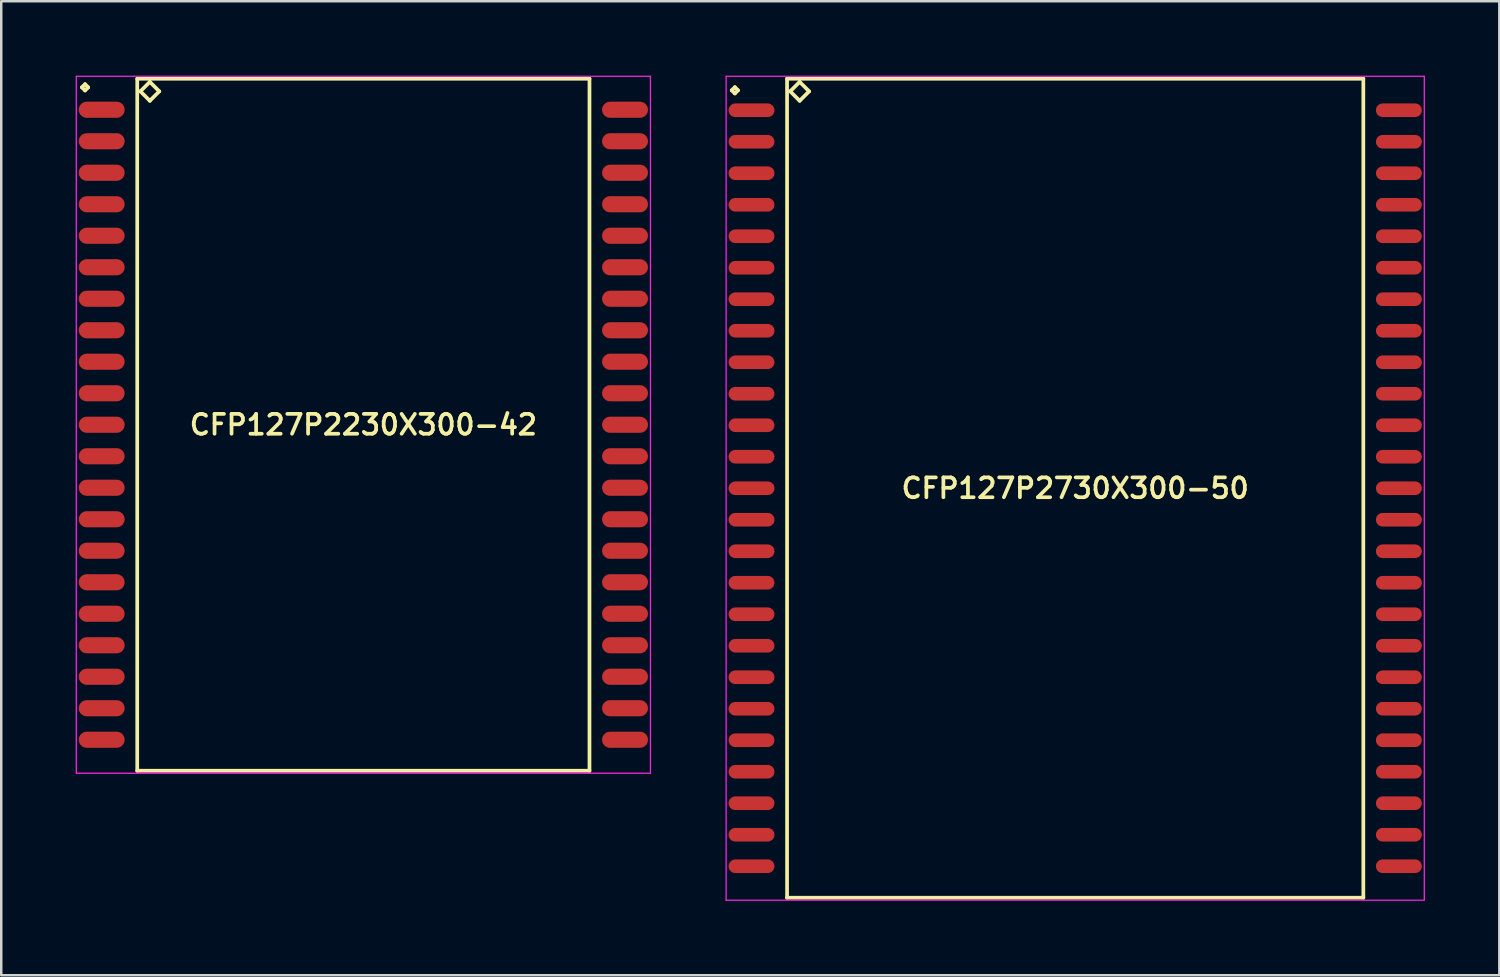
<source format=kicad_pcb>
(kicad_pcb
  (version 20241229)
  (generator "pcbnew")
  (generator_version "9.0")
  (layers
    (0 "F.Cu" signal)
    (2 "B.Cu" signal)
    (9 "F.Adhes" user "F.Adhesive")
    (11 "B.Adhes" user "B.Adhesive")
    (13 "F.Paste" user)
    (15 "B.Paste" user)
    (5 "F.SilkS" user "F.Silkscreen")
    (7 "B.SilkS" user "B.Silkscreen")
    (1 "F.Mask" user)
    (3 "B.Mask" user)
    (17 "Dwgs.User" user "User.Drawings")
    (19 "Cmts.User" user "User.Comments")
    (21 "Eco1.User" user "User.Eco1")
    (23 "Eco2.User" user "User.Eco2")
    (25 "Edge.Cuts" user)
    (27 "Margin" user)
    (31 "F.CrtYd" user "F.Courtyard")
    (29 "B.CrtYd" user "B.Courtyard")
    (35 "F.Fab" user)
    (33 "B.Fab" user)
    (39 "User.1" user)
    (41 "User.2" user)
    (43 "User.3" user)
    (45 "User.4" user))
  (footprint "CFP127P2230X300-42"
    (layer "F.Cu")
    (at 11.6 14.075)
    (property "Reference" "CFP127P2230X300-42" (at 0 0 0) (layer "F.SilkS") (effects (font (size 0.8 0.8) (thickness 0.15))))
    (attr smd)
    (fp_line (start -11.348 -13.604) (end -11.221 -13.731) (stroke (width 0.15) (type solid)) (layer "F.SilkS"))
    (fp_line (start -11.221 -13.731) (end -11.094 -13.604) (stroke (width 0.15) (type solid)) (layer "F.SilkS"))
    (fp_line (start -11.221 -13.477) (end -11.348 -13.604) (stroke (width 0.15) (type solid)) (layer "F.SilkS"))
    (fp_line (start -11.094 -13.604) (end -11.221 -13.477) (stroke (width 0.15) (type solid)) (layer "F.SilkS"))
    (fp_line (start -9.117 -13.95) (end -9.117 13.95) (stroke (width 0.15) (type solid)) (layer "F.SilkS"))
    (fp_line (start -9.117 13.95) (end 9.117 13.95) (stroke (width 0.15) (type solid)) (layer "F.SilkS"))
    (fp_line (start -8.99 -13.442) (end -8.609 -13.823) (stroke (width 0.15) (type solid)) (layer "F.SilkS"))
    (fp_line (start -8.609 -13.823) (end -8.228 -13.442) (stroke (width 0.15) (type solid)) (layer "F.SilkS"))
    (fp_line (start -8.609 -13.061) (end -8.99 -13.442) (stroke (width 0.15) (type solid)) (layer "F.SilkS"))
    (fp_line (start -8.228 -13.442) (end -8.609 -13.061) (stroke (width 0.15) (type solid)) (layer "F.SilkS"))
    (fp_line (start 9.117 -13.95) (end -9.117 -13.95) (stroke (width 0.15) (type solid)) (layer "F.SilkS"))
    (fp_line (start 9.117 13.95) (end 9.117 -13.95) (stroke (width 0.15) (type solid)) (layer "F.SilkS"))
    (fp_line (start -11.575 -14.05) (end 11.575 -14.05) (stroke (width 0.05) (type solid)) (layer "F.CrtYd"))
    (fp_line (start -11.575 14.05) (end -11.575 -14.05) (stroke (width 0.05) (type solid)) (layer "F.CrtYd"))
    (fp_line (start 11.575 -14.05) (end 11.575 14.05) (stroke (width 0.05) (type solid)) (layer "F.CrtYd"))
    (fp_line (start 11.575 14.05) (end -11.575 14.05) (stroke (width 0.05) (type solid)) (layer "F.CrtYd"))
    (pad "1" smd oval (at -10.55 -12.7) (size 1.85 0.65) (layers "F.Cu" "F.Mask" "F.Paste"))
    (pad "2" smd oval (at -10.55 -11.43) (size 1.85 0.65) (layers "F.Cu" "F.Mask" "F.Paste"))
    (pad "3" smd oval (at -10.55 -10.16) (size 1.85 0.65) (layers "F.Cu" "F.Mask" "F.Paste"))
    (pad "4" smd oval (at -10.55 -8.89) (size 1.85 0.65) (layers "F.Cu" "F.Mask" "F.Paste"))
    (pad "5" smd oval (at -10.55 -7.62) (size 1.85 0.65) (layers "F.Cu" "F.Mask" "F.Paste"))
    (pad "6" smd oval (at -10.55 -6.35) (size 1.85 0.65) (layers "F.Cu" "F.Mask" "F.Paste"))
    (pad "7" smd oval (at -10.55 -5.08) (size 1.85 0.65) (layers "F.Cu" "F.Mask" "F.Paste"))
    (pad "8" smd oval (at -10.55 -3.81) (size 1.85 0.65) (layers "F.Cu" "F.Mask" "F.Paste"))
    (pad "9" smd oval (at -10.55 -2.54) (size 1.85 0.65) (layers "F.Cu" "F.Mask" "F.Paste"))
    (pad "10" smd oval (at -10.55 -1.27) (size 1.85 0.65) (layers "F.Cu" "F.Mask" "F.Paste"))
    (pad "11" smd oval (at -10.55 0) (size 1.85 0.65) (layers "F.Cu" "F.Mask" "F.Paste"))
    (pad "12" smd oval (at -10.55 1.27) (size 1.85 0.65) (layers "F.Cu" "F.Mask" "F.Paste"))
    (pad "13" smd oval (at -10.55 2.54) (size 1.85 0.65) (layers "F.Cu" "F.Mask" "F.Paste"))
    (pad "14" smd oval (at -10.55 3.81) (size 1.85 0.65) (layers "F.Cu" "F.Mask" "F.Paste"))
    (pad "15" smd oval (at -10.55 5.08) (size 1.85 0.65) (layers "F.Cu" "F.Mask" "F.Paste"))
    (pad "16" smd oval (at -10.55 6.35) (size 1.85 0.65) (layers "F.Cu" "F.Mask" "F.Paste"))
    (pad "17" smd oval (at -10.55 7.62) (size 1.85 0.65) (layers "F.Cu" "F.Mask" "F.Paste"))
    (pad "18" smd oval (at -10.55 8.89) (size 1.85 0.65) (layers "F.Cu" "F.Mask" "F.Paste"))
    (pad "19" smd oval (at -10.55 10.16) (size 1.85 0.65) (layers "F.Cu" "F.Mask" "F.Paste"))
    (pad "20" smd oval (at -10.55 11.43) (size 1.85 0.65) (layers "F.Cu" "F.Mask" "F.Paste"))
    (pad "21" smd oval (at -10.55 12.7) (size 1.85 0.65) (layers "F.Cu" "F.Mask" "F.Paste"))
    (pad "22" smd oval (at 10.55 12.7) (size 1.85 0.65) (layers "F.Cu" "F.Mask" "F.Paste"))
    (pad "23" smd oval (at 10.55 11.43) (size 1.85 0.65) (layers "F.Cu" "F.Mask" "F.Paste"))
    (pad "24" smd oval (at 10.55 10.16) (size 1.85 0.65) (layers "F.Cu" "F.Mask" "F.Paste"))
    (pad "25" smd oval (at 10.55 8.89) (size 1.85 0.65) (layers "F.Cu" "F.Mask" "F.Paste"))
    (pad "26" smd oval (at 10.55 7.62) (size 1.85 0.65) (layers "F.Cu" "F.Mask" "F.Paste"))
    (pad "27" smd oval (at 10.55 6.35) (size 1.85 0.65) (layers "F.Cu" "F.Mask" "F.Paste"))
    (pad "28" smd oval (at 10.55 5.08) (size 1.85 0.65) (layers "F.Cu" "F.Mask" "F.Paste"))
    (pad "29" smd oval (at 10.55 3.81) (size 1.85 0.65) (layers "F.Cu" "F.Mask" "F.Paste"))
    (pad "30" smd oval (at 10.55 2.54) (size 1.85 0.65) (layers "F.Cu" "F.Mask" "F.Paste"))
    (pad "31" smd oval (at 10.55 1.27) (size 1.85 0.65) (layers "F.Cu" "F.Mask" "F.Paste"))
    (pad "32" smd oval (at 10.55 0) (size 1.85 0.65) (layers "F.Cu" "F.Mask" "F.Paste"))
    (pad "33" smd oval (at 10.55 -1.27) (size 1.85 0.65) (layers "F.Cu" "F.Mask" "F.Paste"))
    (pad "34" smd oval (at 10.55 -2.54) (size 1.85 0.65) (layers "F.Cu" "F.Mask" "F.Paste"))
    (pad "35" smd oval (at 10.55 -3.81) (size 1.85 0.65) (layers "F.Cu" "F.Mask" "F.Paste"))
    (pad "36" smd oval (at 10.55 -5.08) (size 1.85 0.65) (layers "F.Cu" "F.Mask" "F.Paste"))
    (pad "37" smd oval (at 10.55 -6.35) (size 1.85 0.65) (layers "F.Cu" "F.Mask" "F.Paste"))
    (pad "38" smd oval (at 10.55 -7.62) (size 1.85 0.65) (layers "F.Cu" "F.Mask" "F.Paste"))
    (pad "39" smd oval (at 10.55 -8.89) (size 1.85 0.65) (layers "F.Cu" "F.Mask" "F.Paste"))
    (pad "40" smd oval (at 10.55 -10.16) (size 1.85 0.65) (layers "F.Cu" "F.Mask" "F.Paste"))
    (pad "41" smd oval (at 10.55 -11.43) (size 1.85 0.65) (layers "F.Cu" "F.Mask" "F.Paste"))
    (pad "42" smd oval (at 10.55 -12.7) (size 1.85 0.65) (layers "F.Cu" "F.Mask" "F.Paste")))
  (footprint "CFP127P2730X300-50"
    (layer "F.Cu")
    (at 40.3 16.635)
    (property "Reference" "CFP127P2730X300-50" (at 0 0 0) (layer "F.SilkS") (effects (font (size 0.8 0.8) (thickness 0.15))))
    (attr smd)
    (fp_line (start -13.848 -16.044) (end -13.721 -16.171) (stroke (width 0.15) (type solid)) (layer "F.SilkS"))
    (fp_line (start -13.721 -16.171) (end -13.594 -16.044) (stroke (width 0.15) (type solid)) (layer "F.SilkS"))
    (fp_line (start -13.721 -15.917) (end -13.848 -16.044) (stroke (width 0.15) (type solid)) (layer "F.SilkS"))
    (fp_line (start -13.594 -16.044) (end -13.721 -15.917) (stroke (width 0.15) (type solid)) (layer "F.SilkS"))
    (fp_line (start -11.617 -16.51) (end -11.617 16.51) (stroke (width 0.15) (type solid)) (layer "F.SilkS"))
    (fp_line (start -11.617 16.51) (end 11.617 16.51) (stroke (width 0.15) (type solid)) (layer "F.SilkS"))
    (fp_line (start -11.49 -16.002) (end -11.109 -16.383) (stroke (width 0.15) (type solid)) (layer "F.SilkS"))
    (fp_line (start -11.109 -16.383) (end -10.728 -16.002) (stroke (width 0.15) (type solid)) (layer "F.SilkS"))
    (fp_line (start -11.109 -15.621) (end -11.49 -16.002) (stroke (width 0.15) (type solid)) (layer "F.SilkS"))
    (fp_line (start -10.728 -16.002) (end -11.109 -15.621) (stroke (width 0.15) (type solid)) (layer "F.SilkS"))
    (fp_line (start 11.617 -16.51) (end -11.617 -16.51) (stroke (width 0.15) (type solid)) (layer "F.SilkS"))
    (fp_line (start 11.617 16.51) (end 11.617 -16.51) (stroke (width 0.15) (type solid)) (layer "F.SilkS"))
    (fp_line (start -14.075 -16.61) (end 14.075 -16.61) (stroke (width 0.05) (type solid)) (layer "F.CrtYd"))
    (fp_line (start -14.075 16.61) (end -14.075 -16.61) (stroke (width 0.05) (type solid)) (layer "F.CrtYd"))
    (fp_line (start 14.075 -16.61) (end 14.075 16.61) (stroke (width 0.05) (type solid)) (layer "F.CrtYd"))
    (fp_line (start 14.075 16.61) (end -14.075 16.61) (stroke (width 0.05) (type solid)) (layer "F.CrtYd"))
    (pad "1" smd oval (at -13.05 -15.24) (size 1.85 0.55) (layers "F.Cu" "F.Mask" "F.Paste"))
    (pad "2" smd oval (at -13.05 -13.97) (size 1.85 0.55) (layers "F.Cu" "F.Mask" "F.Paste"))
    (pad "3" smd oval (at -13.05 -12.7) (size 1.85 0.55) (layers "F.Cu" "F.Mask" "F.Paste"))
    (pad "4" smd oval (at -13.05 -11.43) (size 1.85 0.55) (layers "F.Cu" "F.Mask" "F.Paste"))
    (pad "5" smd oval (at -13.05 -10.16) (size 1.85 0.55) (layers "F.Cu" "F.Mask" "F.Paste"))
    (pad "6" smd oval (at -13.05 -8.89) (size 1.85 0.55) (layers "F.Cu" "F.Mask" "F.Paste"))
    (pad "7" smd oval (at -13.05 -7.62) (size 1.85 0.55) (layers "F.Cu" "F.Mask" "F.Paste"))
    (pad "8" smd oval (at -13.05 -6.35) (size 1.85 0.55) (layers "F.Cu" "F.Mask" "F.Paste"))
    (pad "9" smd oval (at -13.05 -5.08) (size 1.85 0.55) (layers "F.Cu" "F.Mask" "F.Paste"))
    (pad "10" smd oval (at -13.05 -3.81) (size 1.85 0.55) (layers "F.Cu" "F.Mask" "F.Paste"))
    (pad "11" smd oval (at -13.05 -2.54) (size 1.85 0.55) (layers "F.Cu" "F.Mask" "F.Paste"))
    (pad "12" smd oval (at -13.05 -1.27) (size 1.85 0.55) (layers "F.Cu" "F.Mask" "F.Paste"))
    (pad "13" smd oval (at -13.05 0) (size 1.85 0.55) (layers "F.Cu" "F.Mask" "F.Paste"))
    (pad "14" smd oval (at -13.05 1.27) (size 1.85 0.55) (layers "F.Cu" "F.Mask" "F.Paste"))
    (pad "15" smd oval (at -13.05 2.54) (size 1.85 0.55) (layers "F.Cu" "F.Mask" "F.Paste"))
    (pad "16" smd oval (at -13.05 3.81) (size 1.85 0.55) (layers "F.Cu" "F.Mask" "F.Paste"))
    (pad "17" smd oval (at -13.05 5.08) (size 1.85 0.55) (layers "F.Cu" "F.Mask" "F.Paste"))
    (pad "18" smd oval (at -13.05 6.35) (size 1.85 0.55) (layers "F.Cu" "F.Mask" "F.Paste"))
    (pad "19" smd oval (at -13.05 7.62) (size 1.85 0.55) (layers "F.Cu" "F.Mask" "F.Paste"))
    (pad "20" smd oval (at -13.05 8.89) (size 1.85 0.55) (layers "F.Cu" "F.Mask" "F.Paste"))
    (pad "21" smd oval (at -13.05 10.16) (size 1.85 0.55) (layers "F.Cu" "F.Mask" "F.Paste"))
    (pad "22" smd oval (at -13.05 11.43) (size 1.85 0.55) (layers "F.Cu" "F.Mask" "F.Paste"))
    (pad "23" smd oval (at -13.05 12.7) (size 1.85 0.55) (layers "F.Cu" "F.Mask" "F.Paste"))
    (pad "24" smd oval (at -13.05 13.97) (size 1.85 0.55) (layers "F.Cu" "F.Mask" "F.Paste"))
    (pad "25" smd oval (at -13.05 15.24) (size 1.85 0.55) (layers "F.Cu" "F.Mask" "F.Paste"))
    (pad "26" smd oval (at 13.05 15.24) (size 1.85 0.55) (layers "F.Cu" "F.Mask" "F.Paste"))
    (pad "27" smd oval (at 13.05 13.97) (size 1.85 0.55) (layers "F.Cu" "F.Mask" "F.Paste"))
    (pad "28" smd oval (at 13.05 12.7) (size 1.85 0.55) (layers "F.Cu" "F.Mask" "F.Paste"))
    (pad "29" smd oval (at 13.05 11.43) (size 1.85 0.55) (layers "F.Cu" "F.Mask" "F.Paste"))
    (pad "30" smd oval (at 13.05 10.16) (size 1.85 0.55) (layers "F.Cu" "F.Mask" "F.Paste"))
    (pad "31" smd oval (at 13.05 8.89) (size 1.85 0.55) (layers "F.Cu" "F.Mask" "F.Paste"))
    (pad "32" smd oval (at 13.05 7.62) (size 1.85 0.55) (layers "F.Cu" "F.Mask" "F.Paste"))
    (pad "33" smd oval (at 13.05 6.35) (size 1.85 0.55) (layers "F.Cu" "F.Mask" "F.Paste"))
    (pad "34" smd oval (at 13.05 5.08) (size 1.85 0.55) (layers "F.Cu" "F.Mask" "F.Paste"))
    (pad "35" smd oval (at 13.05 3.81) (size 1.85 0.55) (layers "F.Cu" "F.Mask" "F.Paste"))
    (pad "36" smd oval (at 13.05 2.54) (size 1.85 0.55) (layers "F.Cu" "F.Mask" "F.Paste"))
    (pad "37" smd oval (at 13.05 1.27) (size 1.85 0.55) (layers "F.Cu" "F.Mask" "F.Paste"))
    (pad "38" smd oval (at 13.05 0) (size 1.85 0.55) (layers "F.Cu" "F.Mask" "F.Paste"))
    (pad "39" smd oval (at 13.05 -1.27) (size 1.85 0.55) (layers "F.Cu" "F.Mask" "F.Paste"))
    (pad "40" smd oval (at 13.05 -2.54) (size 1.85 0.55) (layers "F.Cu" "F.Mask" "F.Paste"))
    (pad "41" smd oval (at 13.05 -3.81) (size 1.85 0.55) (layers "F.Cu" "F.Mask" "F.Paste"))
    (pad "42" smd oval (at 13.05 -5.08) (size 1.85 0.55) (layers "F.Cu" "F.Mask" "F.Paste"))
    (pad "43" smd oval (at 13.05 -6.35) (size 1.85 0.55) (layers "F.Cu" "F.Mask" "F.Paste"))
    (pad "44" smd oval (at 13.05 -7.62) (size 1.85 0.55) (layers "F.Cu" "F.Mask" "F.Paste"))
    (pad "45" smd oval (at 13.05 -8.89) (size 1.85 0.55) (layers "F.Cu" "F.Mask" "F.Paste"))
    (pad "46" smd oval (at 13.05 -10.16) (size 1.85 0.55) (layers "F.Cu" "F.Mask" "F.Paste"))
    (pad "47" smd oval (at 13.05 -11.43) (size 1.85 0.55) (layers "F.Cu" "F.Mask" "F.Paste"))
    (pad "48" smd oval (at 13.05 -12.7) (size 1.85 0.55) (layers "F.Cu" "F.Mask" "F.Paste"))
    (pad "49" smd oval (at 13.05 -13.97) (size 1.85 0.55) (layers "F.Cu" "F.Mask" "F.Paste"))
    (pad "50" smd oval (at 13.05 -15.24) (size 1.85 0.55) (layers "F.Cu" "F.Mask" "F.Paste")))
  (gr_rect
    (start -3 -3)
    (end 57.4 36.27)
    (stroke (width 0.1) (type default))
    (fill no)
    (layer "Edge.Cuts")))
</source>
